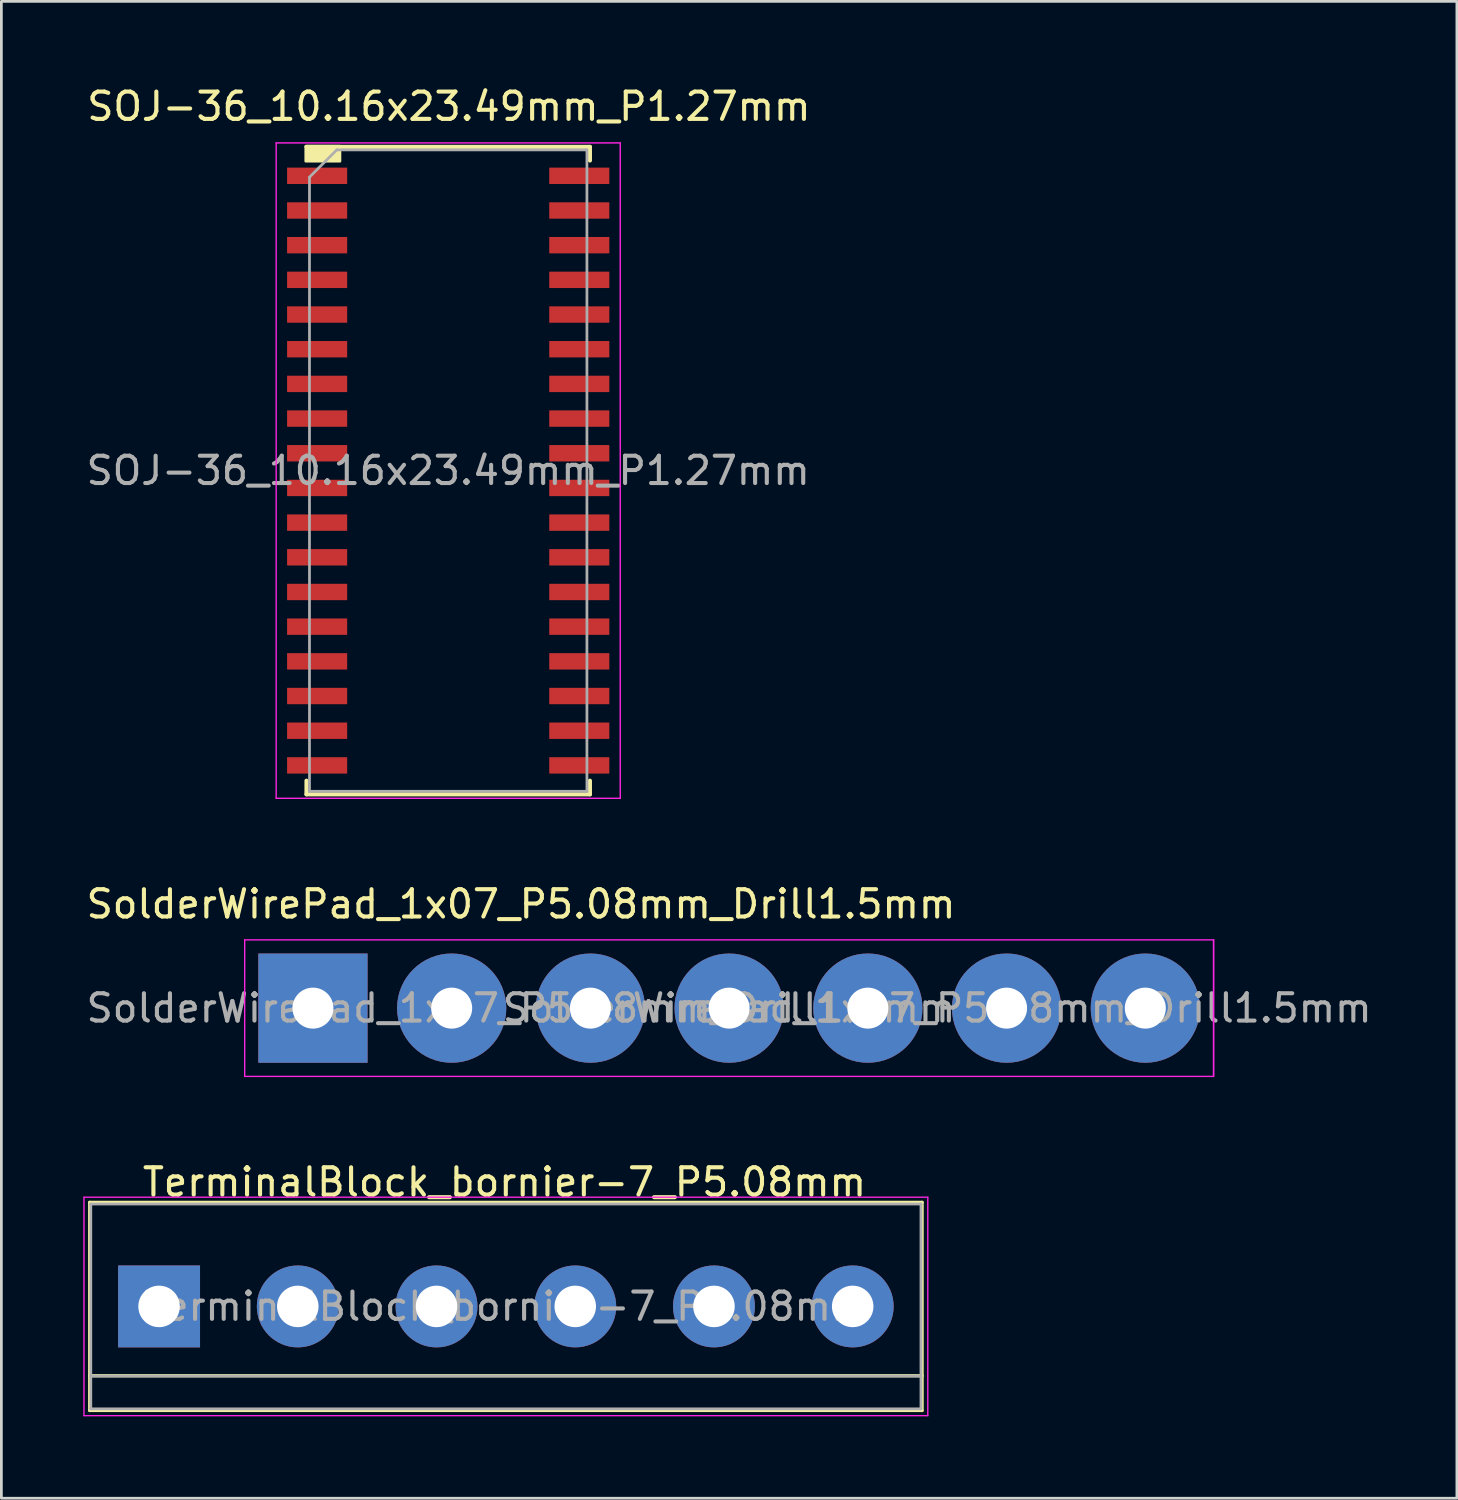
<source format=kicad_pcb>
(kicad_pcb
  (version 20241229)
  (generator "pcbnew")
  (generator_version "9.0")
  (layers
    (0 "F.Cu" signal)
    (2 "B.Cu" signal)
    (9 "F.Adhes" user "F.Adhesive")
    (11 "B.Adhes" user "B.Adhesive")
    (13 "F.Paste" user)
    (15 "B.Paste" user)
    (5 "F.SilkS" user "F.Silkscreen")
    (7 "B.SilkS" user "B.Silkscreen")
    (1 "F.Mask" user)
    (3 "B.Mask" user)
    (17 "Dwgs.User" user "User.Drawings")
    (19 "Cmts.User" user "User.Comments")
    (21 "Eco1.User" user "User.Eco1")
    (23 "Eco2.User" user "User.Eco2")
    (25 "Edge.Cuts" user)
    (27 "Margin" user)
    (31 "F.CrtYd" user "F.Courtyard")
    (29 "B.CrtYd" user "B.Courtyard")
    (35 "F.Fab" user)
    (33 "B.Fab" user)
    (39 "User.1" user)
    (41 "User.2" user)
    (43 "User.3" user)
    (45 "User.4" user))
  (footprint "SolderWirePad_1x07_P5.08mm_Drill1.5mm"
    (layer "F.Cu")
    (at 8.41 33.867)
    (property "Reference" "SolderWirePad_1x07_P5.08mm_Drill1.5mm" (at 7.62 -3.81 0) (layer "F.SilkS") (effects (font (size 1 1) (thickness 0.15))))
    (attr exclude_from_pos_files exclude_from_bom)
    (fp_line (start -2.5 -2.5) (end -2.5 2.5) (stroke (width 0.05) (type solid)) (layer "F.CrtYd"))
    (fp_line (start -2.5 -2.5) (end 32.98 -2.5) (stroke (width 0.05) (type solid)) (layer "F.CrtYd"))
    (fp_line (start 32.98 2.5) (end -2.5 2.5) (stroke (width 0.05) (type solid)) (layer "F.CrtYd"))
    (fp_line (start 32.98 2.5) (end 32.98 -2.5) (stroke (width 0.05) (type solid)) (layer "F.CrtYd"))
    (fp_line (start 32.98 2.5) (end 32.98 -2.5) (stroke (width 0.05) (type solid)) (layer "F.CrtYd"))
    (fp_text user "${REFERENCE}" (at 7.62 0 0) (layer "F.Fab") (effects (font (size 1 1) (thickness 0.15))))
    (fp_text user "${REFERENCE}" (at 22.86 0 0) (layer "F.Fab") (effects (font (size 1 1) (thickness 0.15))))
    (pad "1" thru_hole rect (at 0 0) (size 4 4) (drill 1.501) (layers "*.Cu" "*.Mask"))
    (pad "2" thru_hole circle (at 5.08 0) (size 4 4) (drill 1.501) (layers "*.Cu" "*.Mask"))
    (pad "3" thru_hole circle (at 10.16 0) (size 4 4) (drill 1.501) (layers "*.Cu" "*.Mask"))
    (pad "4" thru_hole circle (at 15.24 0) (size 4 4) (drill 1.501) (layers "*.Cu" "*.Mask"))
    (pad "5" thru_hole circle (at 20.32 0) (size 4 4) (drill 1.501) (layers "*.Cu" "*.Mask"))
    (pad "6" thru_hole circle (at 25.4 0) (size 4 4) (drill 1.501) (layers "*.Cu" "*.Mask"))
    (pad "7" thru_hole circle (at 30.48 0) (size 4 4) (drill 1.501) (layers "*.Cu" "*.Mask")))
  (footprint "TerminalBlock_bornier-7_P5.08mm"
    (layer "F.Cu")
    (at 2.775 44.79)
    (property "Reference" "TerminalBlock_bornier-7_P5.08mm" (at 12.65 -4.55 0) (layer "F.SilkS") (effects (font (size 1 1) (thickness 0.15))))
    (attr through_hole)
    (fp_line (start -2.54 -3.81) (end -2.54 3.81) (stroke (width 0.12) (type solid)) (layer "F.SilkS"))
    (fp_line (start -2.54 -3.81) (end 27.94 -3.81) (stroke (width 0.12) (type solid)) (layer "F.SilkS"))
    (fp_line (start -2.54 2.54) (end 27.94 2.54) (stroke (width 0.12) (type solid)) (layer "F.SilkS"))
    (fp_line (start -2.54 3.81) (end 27.94 3.81) (stroke (width 0.12) (type solid)) (layer "F.SilkS"))
    (fp_line (start 27.94 3.81) (end 27.94 -3.81) (stroke (width 0.12) (type solid)) (layer "F.SilkS"))
    (fp_line (start -2.75 -4) (end -2.75 4) (stroke (width 0.05) (type solid)) (layer "F.CrtYd"))
    (fp_line (start -2.75 -4) (end 28.15 -4) (stroke (width 0.05) (type solid)) (layer "F.CrtYd"))
    (fp_line (start 28.15 4) (end -2.75 4) (stroke (width 0.05) (type solid)) (layer "F.CrtYd"))
    (fp_line (start 28.15 4) (end 28.15 -4) (stroke (width 0.05) (type solid)) (layer "F.CrtYd"))
    (fp_line (start -2.5 -3.75) (end -2.5 3.75) (stroke (width 0.1) (type solid)) (layer "F.Fab"))
    (fp_line (start -2.5 2.55) (end 27.9 2.55) (stroke (width 0.1) (type solid)) (layer "F.Fab"))
    (fp_line (start -2.5 3.75) (end 27.9 3.75) (stroke (width 0.1) (type solid)) (layer "F.Fab"))
    (fp_line (start 27.9 -3.75) (end -2.5 -3.75) (stroke (width 0.1) (type solid)) (layer "F.Fab"))
    (fp_line (start 27.9 3.75) (end 27.9 -3.75) (stroke (width 0.1) (type solid)) (layer "F.Fab"))
    (fp_text user "${REFERENCE}" (at 12.7 0 0) (layer "F.Fab") (effects (font (size 1 1) (thickness 0.15))))
    (pad "1" thru_hole rect (at 0 0) (size 3 3) (drill 1.52) (layers "*.Cu" "*.Mask"))
    (pad "2" thru_hole circle (at 5.08 0) (size 3 3) (drill 1.52) (layers "*.Cu" "*.Mask"))
    (pad "3" thru_hole circle (at 10.16 0) (size 3 3) (drill 1.52) (layers "*.Cu" "*.Mask"))
    (pad "4" thru_hole circle (at 15.24 0) (size 3 3) (drill 1.52) (layers "*.Cu" "*.Mask"))
    (pad "5" thru_hole circle (at 20.32 0) (size 3 3) (drill 1.52) (layers "*.Cu" "*.Mask"))
    (pad "6" thru_hole circle (at 25.4 0) (size 3 3) (drill 1.52) (layers "*.Cu" "*.Mask")))
  (footprint "SOJ-36_10.16x23.49mm_P1.27mm"
    (layer "F.Cu")
    (at 8.563 3.388)
    (property "Reference" "SOJ-36_10.16x23.49mm_P1.27mm" (at 4.826 -2.54 0) (layer "F.SilkS") (effects (font (size 1 1) (thickness 0.15))))
    (attr smd)
    (fp_line (start -0.39 22.65) (end -0.39 22.15) (stroke (width 0.15) (type solid)) (layer "F.SilkS"))
    (fp_line (start 9.99 -1.06) (end -0.39 -1.06) (stroke (width 0.15) (type solid)) (layer "F.SilkS"))
    (fp_line (start 9.99 -1.06) (end 9.99 -0.56) (stroke (width 0.15) (type solid)) (layer "F.SilkS"))
    (fp_line (start 9.99 22.65) (end -0.39 22.65) (stroke (width 0.15) (type solid)) (layer "F.SilkS"))
    (fp_line (start 9.99 22.65) (end 9.99 22.15) (stroke (width 0.15) (type solid)) (layer "F.SilkS"))
    (fp_poly (pts (xy -0.415 -1.085) (xy -0.415 -0.535) (xy 0.835 -0.535) (xy 0.835 -1.085)) (stroke (width 0.1) (type solid)) (fill yes) (layer "F.SilkS"))
    (fp_line (start -1.5 -1.205) (end -1.5 22.795) (stroke (width 0.05) (type solid)) (layer "F.CrtYd"))
    (fp_line (start -1.5 22.795) (end 11.1 22.795) (stroke (width 0.05) (type solid)) (layer "F.CrtYd"))
    (fp_line (start 11.1 -1.205) (end -1.5 -1.205) (stroke (width 0.05) (type solid)) (layer "F.CrtYd"))
    (fp_line (start 11.1 22.795) (end 11.1 -1.205) (stroke (width 0.05) (type solid)) (layer "F.CrtYd"))
    (fp_line (start -0.28 0.05) (end 0.72 -0.95) (stroke (width 0.1) (type solid)) (layer "F.Fab"))
    (fp_line (start -0.28 22.54) (end -0.28 0.05) (stroke (width 0.1) (type solid)) (layer "F.Fab"))
    (fp_line (start 0.72 -0.95) (end 9.88 -0.95) (stroke (width 0.1) (type solid)) (layer "F.Fab"))
    (fp_line (start 9.88 -0.95) (end 9.88 22.54) (stroke (width 0.1) (type solid)) (layer "F.Fab"))
    (fp_line (start 9.88 22.54) (end -0.28 22.54) (stroke (width 0.1) (type solid)) (layer "F.Fab"))
    (fp_text user "${REFERENCE}" (at 4.8 10.795 0) (layer "F.Fab") (effects (font (size 1 1) (thickness 0.15))))
    (pad "1" smd rect (at 0 0) (size 2.2 0.6) (layers "F.Cu" "F.Mask" "F.Paste"))
    (pad "2" smd rect (at 0 1.27) (size 2.2 0.6) (layers "F.Cu" "F.Mask" "F.Paste"))
    (pad "3" smd rect (at 0 2.54) (size 2.2 0.6) (layers "F.Cu" "F.Mask" "F.Paste"))
    (pad "4" smd rect (at 0 3.81) (size 2.2 0.6) (layers "F.Cu" "F.Mask" "F.Paste"))
    (pad "5" smd rect (at 0 5.08) (size 2.2 0.6) (layers "F.Cu" "F.Mask" "F.Paste"))
    (pad "6" smd rect (at 0 6.35) (size 2.2 0.6) (layers "F.Cu" "F.Mask" "F.Paste"))
    (pad "7" smd rect (at 0 7.62) (size 2.2 0.6) (layers "F.Cu" "F.Mask" "F.Paste"))
    (pad "8" smd rect (at 0 8.89) (size 2.2 0.6) (layers "F.Cu" "F.Mask" "F.Paste"))
    (pad "9" smd rect (at 0 10.16) (size 2.2 0.6) (layers "F.Cu" "F.Mask" "F.Paste"))
    (pad "10" smd rect (at 0 11.43) (size 2.2 0.6) (layers "F.Cu" "F.Mask" "F.Paste"))
    (pad "11" smd rect (at 0 12.7) (size 2.2 0.6) (layers "F.Cu" "F.Mask" "F.Paste"))
    (pad "12" smd rect (at 0 13.97) (size 2.2 0.6) (layers "F.Cu" "F.Mask" "F.Paste"))
    (pad "13" smd rect (at 0 15.24) (size 2.2 0.6) (layers "F.Cu" "F.Mask" "F.Paste"))
    (pad "14" smd rect (at 0 16.51) (size 2.2 0.6) (layers "F.Cu" "F.Mask" "F.Paste"))
    (pad "15" smd rect (at 0 17.78) (size 2.2 0.6) (layers "F.Cu" "F.Mask" "F.Paste"))
    (pad "16" smd rect (at 0 19.05) (size 2.2 0.6) (layers "F.Cu" "F.Mask" "F.Paste"))
    (pad "17" smd rect (at 0 20.32) (size 2.2 0.6) (layers "F.Cu" "F.Mask" "F.Paste"))
    (pad "18" smd rect (at 0 21.59) (size 2.2 0.6) (layers "F.Cu" "F.Mask" "F.Paste"))
    (pad "19" smd rect (at 9.6 21.59) (size 2.2 0.6) (layers "F.Cu" "F.Mask" "F.Paste"))
    (pad "20" smd rect (at 9.6 20.32) (size 2.2 0.6) (layers "F.Cu" "F.Mask" "F.Paste"))
    (pad "21" smd rect (at 9.6 19.05) (size 2.2 0.6) (layers "F.Cu" "F.Mask" "F.Paste"))
    (pad "22" smd rect (at 9.6 17.78) (size 2.2 0.6) (layers "F.Cu" "F.Mask" "F.Paste"))
    (pad "23" smd rect (at 9.6 16.51) (size 2.2 0.6) (layers "F.Cu" "F.Mask" "F.Paste"))
    (pad "24" smd rect (at 9.6 15.24) (size 2.2 0.6) (layers "F.Cu" "F.Mask" "F.Paste"))
    (pad "25" smd rect (at 9.6 13.97) (size 2.2 0.6) (layers "F.Cu" "F.Mask" "F.Paste"))
    (pad "26" smd rect (at 9.6 12.7) (size 2.2 0.6) (layers "F.Cu" "F.Mask" "F.Paste"))
    (pad "27" smd rect (at 9.6 11.43) (size 2.2 0.6) (layers "F.Cu" "F.Mask" "F.Paste"))
    (pad "28" smd rect (at 9.6 10.16) (size 2.2 0.6) (layers "F.Cu" "F.Mask" "F.Paste"))
    (pad "29" smd rect (at 9.6 8.89) (size 2.2 0.6) (layers "F.Cu" "F.Mask" "F.Paste"))
    (pad "30" smd rect (at 9.6 7.62) (size 2.2 0.6) (layers "F.Cu" "F.Mask" "F.Paste"))
    (pad "31" smd rect (at 9.6 6.35) (size 2.2 0.6) (layers "F.Cu" "F.Mask" "F.Paste"))
    (pad "32" smd rect (at 9.6 5.08) (size 2.2 0.6) (layers "F.Cu" "F.Mask" "F.Paste"))
    (pad "33" smd rect (at 9.6 3.81) (size 2.2 0.6) (layers "F.Cu" "F.Mask" "F.Paste"))
    (pad "34" smd rect (at 9.6 2.54) (size 2.2 0.6) (layers "F.Cu" "F.Mask" "F.Paste"))
    (pad "35" smd rect (at 9.6 1.27) (size 2.2 0.6) (layers "F.Cu" "F.Mask" "F.Paste"))
    (pad "36" smd rect (at 9.6 0) (size 2.2 0.6) (layers "F.Cu" "F.Mask" "F.Paste")))
  (gr_rect
    (start -3 -3)
    (end 50.3 51.815)
    (stroke (width 0.1) (type default))
    (fill no)
    (layer "Edge.Cuts")))
</source>
